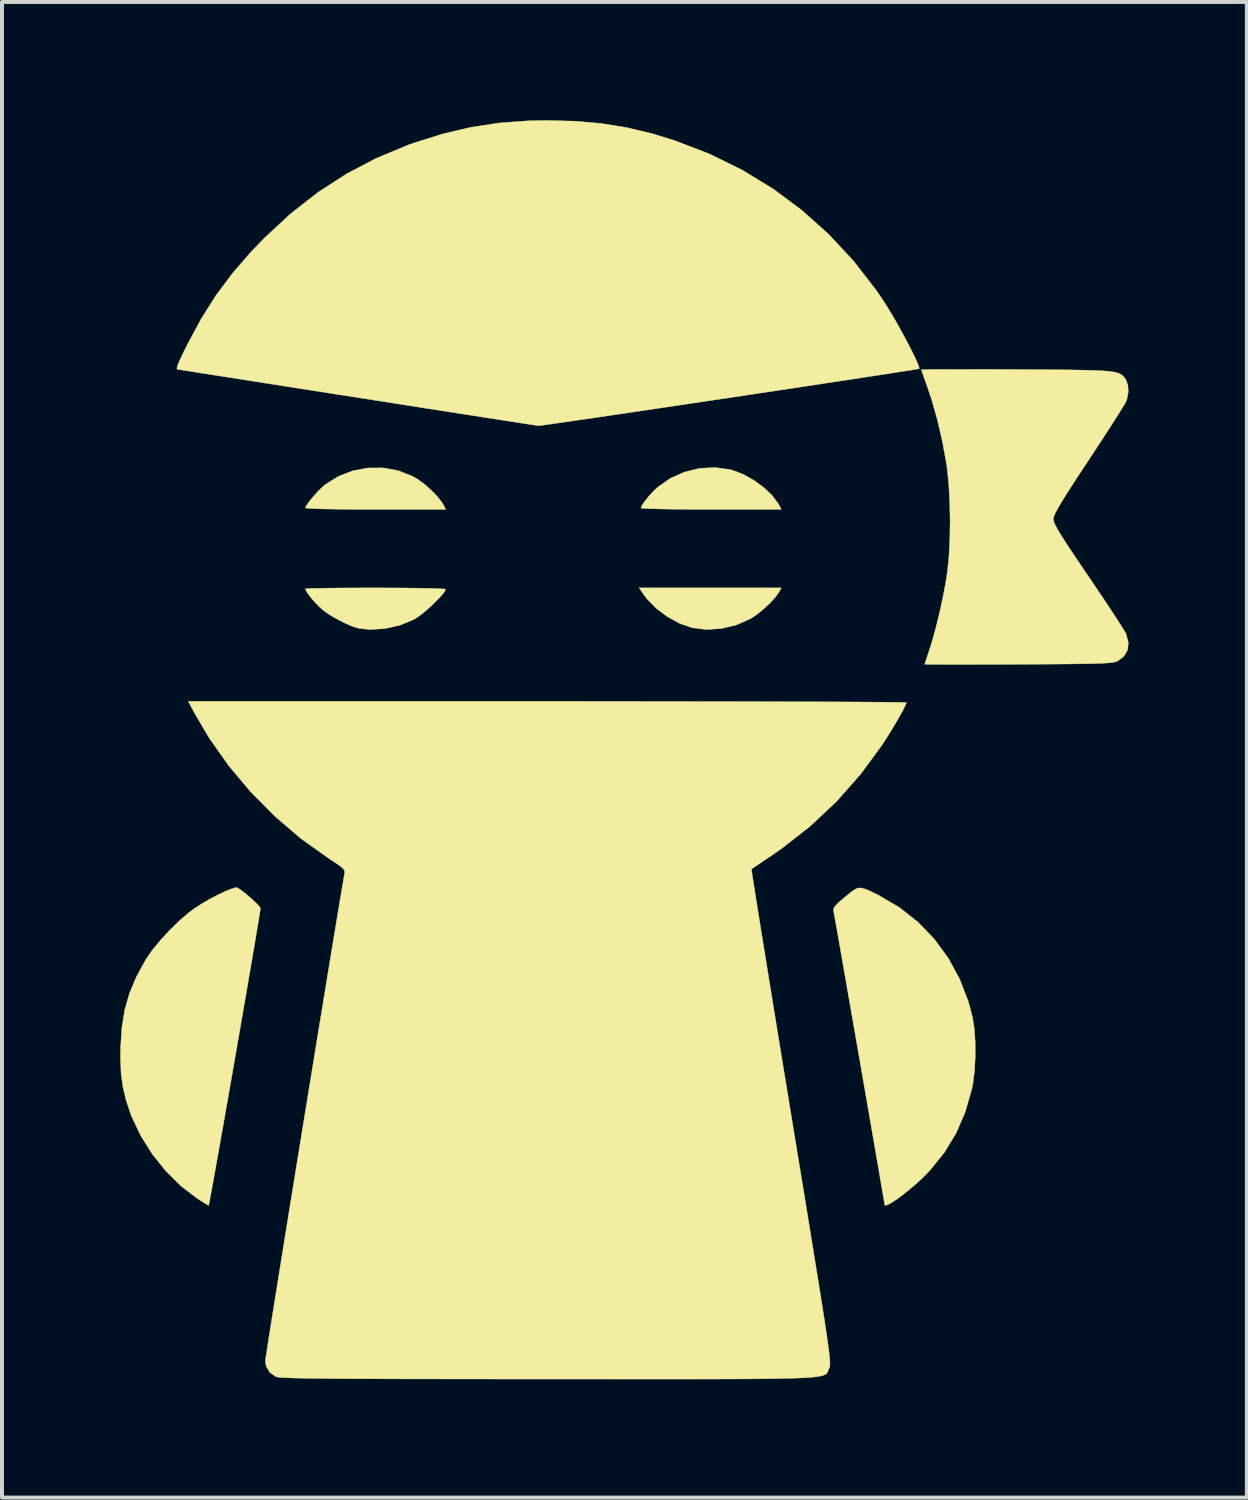
<source format=kicad_pcb>
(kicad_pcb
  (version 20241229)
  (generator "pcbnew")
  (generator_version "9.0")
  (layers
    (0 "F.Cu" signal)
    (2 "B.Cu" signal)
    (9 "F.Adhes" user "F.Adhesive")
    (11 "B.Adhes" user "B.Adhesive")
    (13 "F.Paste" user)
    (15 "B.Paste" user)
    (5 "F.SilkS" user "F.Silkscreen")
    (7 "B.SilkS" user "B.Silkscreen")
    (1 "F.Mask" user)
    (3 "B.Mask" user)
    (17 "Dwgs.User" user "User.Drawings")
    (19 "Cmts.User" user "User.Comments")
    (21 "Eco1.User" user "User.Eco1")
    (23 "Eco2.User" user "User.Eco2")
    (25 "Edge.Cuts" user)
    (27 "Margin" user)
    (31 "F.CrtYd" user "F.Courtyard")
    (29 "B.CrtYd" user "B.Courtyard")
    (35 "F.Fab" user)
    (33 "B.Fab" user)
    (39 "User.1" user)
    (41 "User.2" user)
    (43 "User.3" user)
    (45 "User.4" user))
  (footprint "Ninja"
    (layer "F.Cu")
    (at 10.581 17.764)
    (property "Reference" "Ninja" (at 2.2 -1.8 0) (layer "F.SilkS") (effects (font (size 1.524 1.524) (thickness 0.3))))
    (attr through_hole)
    (fp_poly (pts (xy 6.132 -5.812) (xy 6.036 -5.676) (xy 5.89 -5.516) (xy 5.716 -5.355) (xy 5.536 -5.212) (xy 5.398 -5.122) (xy 5.043 -4.966) (xy 4.662 -4.874) (xy 4.278 -4.85) (xy 3.92 -4.895) (xy 3.61 -5.002) (xy 3.3 -5.171) (xy 3.014 -5.384) (xy 2.778 -5.624) (xy 2.705 -5.72) (xy 2.577 -5.906) (xy 6.182 -5.906) (xy 6.132 -5.812)) (stroke (width 0.01) (type solid)) (fill yes) (layer "F.SilkS"))
    (fp_poly (pts (xy 4.884 -8.906) (xy 4.955 -8.887) (xy 5.223 -8.782) (xy 5.491 -8.631) (xy 5.741 -8.448) (xy 5.951 -8.248) (xy 6.102 -8.047) (xy 6.121 -8.013) (xy 6.182 -7.896) (xy 4.402 -7.896) (xy 4.024 -7.897) (xy 3.672 -7.899) (xy 3.357 -7.903) (xy 3.087 -7.908) (xy 2.871 -7.914) (xy 2.717 -7.92) (xy 2.635 -7.928) (xy 2.623 -7.932) (xy 2.651 -8.001) (xy 2.725 -8.108) (xy 2.828 -8.236) (xy 2.946 -8.364) (xy 3.052 -8.463) (xy 3.371 -8.686) (xy 3.731 -8.845) (xy 4.114 -8.937) (xy 4.504 -8.959) (xy 4.884 -8.906)) (stroke (width 0.01) (type solid)) (fill yes) (layer "F.SilkS"))
    (fp_poly (pts (xy -3.531 -8.879) (xy -3.171 -8.737) (xy -3.037 -8.659) (xy -2.866 -8.535) (xy -2.692 -8.379) (xy -2.535 -8.216) (xy -2.42 -8.067) (xy -2.39 -8.017) (xy -2.327 -7.896) (xy -4.107 -7.896) (xy -4.52 -7.897) (xy -4.891 -7.899) (xy -5.214 -7.904) (xy -5.482 -7.909) (xy -5.687 -7.916) (xy -5.823 -7.924) (xy -5.883 -7.932) (xy -5.886 -7.935) (xy -5.858 -7.997) (xy -5.786 -8.099) (xy -5.684 -8.224) (xy -5.569 -8.351) (xy -5.457 -8.462) (xy -5.393 -8.518) (xy -5.058 -8.731) (xy -4.69 -8.874) (xy -4.304 -8.947) (xy -3.913 -8.949) (xy -3.531 -8.879)) (stroke (width 0.01) (type solid)) (fill yes) (layer "F.SilkS"))
    (fp_poly (pts (xy -3.721 -5.905) (xy -3.365 -5.903) (xy -3.048 -5.899) (xy -2.779 -5.894) (xy -2.565 -5.888) (xy -2.416 -5.881) (xy -2.338 -5.873) (xy -2.33 -5.869) (xy -2.361 -5.805) (xy -2.443 -5.702) (xy -2.563 -5.576) (xy -2.704 -5.44) (xy -2.852 -5.309) (xy -2.993 -5.197) (xy -3.111 -5.118) (xy -3.124 -5.111) (xy -3.484 -4.96) (xy -3.871 -4.872) (xy -4.258 -4.85) (xy -4.531 -4.879) (xy -4.678 -4.923) (xy -4.867 -5.004) (xy -5.072 -5.107) (xy -5.268 -5.221) (xy -5.405 -5.314) (xy -5.52 -5.414) (xy -5.642 -5.538) (xy -5.754 -5.667) (xy -5.839 -5.783) (xy -5.883 -5.867) (xy -5.886 -5.882) (xy -5.845 -5.887) (xy -5.728 -5.892) (xy -5.544 -5.896) (xy -5.302 -5.9) (xy -5.01 -5.903) (xy -4.677 -5.905) (xy -4.311 -5.906) (xy -4.108 -5.906) (xy -3.721 -5.905)) (stroke (width 0.01) (type solid)) (fill yes) (layer "F.SilkS"))
    (fp_poly (pts (xy 8.235 1.707) (xy 8.353 1.747) (xy 8.516 1.823) (xy 8.656 1.893) (xy 9.176 2.198) (xy 9.645 2.567) (xy 10.059 2.996) (xy 10.413 3.479) (xy 10.703 4.009) (xy 10.924 4.581) (xy 11.033 4.989) (xy 11.076 5.272) (xy 11.099 5.608) (xy 11.101 5.969) (xy 11.083 6.326) (xy 11.044 6.65) (xy 11.012 6.815) (xy 10.841 7.4) (xy 10.611 7.93) (xy 10.317 8.413) (xy 9.954 8.861) (xy 9.803 9.018) (xy 9.639 9.173) (xy 9.463 9.325) (xy 9.289 9.466) (xy 9.125 9.587) (xy 8.984 9.681) (xy 8.877 9.74) (xy 8.815 9.755) (xy 8.804 9.74) (xy 8.797 9.694) (xy 8.777 9.572) (xy 8.744 9.381) (xy 8.701 9.129) (xy 8.648 8.822) (xy 8.587 8.468) (xy 8.519 8.075) (xy 8.445 7.648) (xy 8.367 7.197) (xy 8.285 6.727) (xy 8.202 6.246) (xy 8.118 5.762) (xy 8.034 5.282) (xy 7.952 4.813) (xy 7.873 4.361) (xy 7.799 3.936) (xy 7.73 3.543) (xy 7.669 3.19) (xy 7.615 2.884) (xy 7.57 2.633) (xy 7.537 2.443) (xy 7.515 2.323) (xy 7.507 2.28) (xy 7.509 2.226) (xy 7.549 2.161) (xy 7.636 2.072) (xy 7.781 1.949) (xy 7.806 1.928) (xy 7.946 1.814) (xy 8.051 1.739) (xy 8.141 1.704) (xy 8.235 1.707)) (stroke (width 0.01) (type solid)) (fill yes) (layer "F.SilkS"))
    (fp_poly (pts (xy -7.61 1.698) (xy -7.5 1.774) (xy -7.372 1.874) (xy -7.244 1.985) (xy -7.132 2.09) (xy -7.054 2.174) (xy -7.027 2.219) (xy -7.034 2.274) (xy -7.054 2.404) (xy -7.087 2.602) (xy -7.13 2.86) (xy -7.182 3.172) (xy -7.243 3.53) (xy -7.311 3.927) (xy -7.385 4.356) (xy -7.463 4.81) (xy -7.545 5.282) (xy -7.629 5.764) (xy -7.713 6.249) (xy -7.797 6.73) (xy -7.88 7.201) (xy -7.959 7.653) (xy -8.035 8.079) (xy -8.105 8.474) (xy -8.168 8.828) (xy -8.223 9.136) (xy -8.27 9.389) (xy -8.305 9.581) (xy -8.329 9.705) (xy -8.341 9.754) (xy -8.341 9.754) (xy -8.384 9.731) (xy -8.479 9.673) (xy -8.608 9.59) (xy -8.647 9.564) (xy -9.05 9.256) (xy -9.428 8.879) (xy -9.77 8.451) (xy -10.061 7.987) (xy -10.29 7.503) (xy -10.315 7.439) (xy -10.433 7.088) (xy -10.513 6.754) (xy -10.56 6.41) (xy -10.576 6.028) (xy -10.572 5.735) (xy -10.539 5.235) (xy -10.466 4.788) (xy -10.346 4.371) (xy -10.173 3.96) (xy -9.939 3.529) (xy -9.936 3.525) (xy -9.779 3.295) (xy -9.571 3.039) (xy -9.33 2.778) (xy -9.078 2.532) (xy -8.832 2.322) (xy -8.702 2.225) (xy -8.52 2.108) (xy -8.322 1.992) (xy -8.121 1.886) (xy -7.934 1.796) (xy -7.776 1.731) (xy -7.662 1.697) (xy -7.61 1.698)) (stroke (width 0.01) (type solid)) (fill yes) (layer "F.SilkS"))
    (fp_poly (pts (xy 0.96 -17.741) (xy 1.624 -17.682) (xy 2.261 -17.579) (xy 2.894 -17.429) (xy 3.48 -17.249) (xy 4.357 -16.912) (xy 5.189 -16.503) (xy 5.973 -16.025) (xy 6.708 -15.479) (xy 7.39 -14.867) (xy 8.018 -14.191) (xy 8.59 -13.452) (xy 8.76 -13.203) (xy 8.879 -13.016) (xy 9.008 -12.801) (xy 9.142 -12.569) (xy 9.273 -12.331) (xy 9.396 -12.101) (xy 9.504 -11.889) (xy 9.592 -11.707) (xy 9.652 -11.568) (xy 9.679 -11.484) (xy 9.677 -11.464) (xy 9.634 -11.456) (xy 9.513 -11.435) (xy 9.321 -11.405) (xy 9.064 -11.365) (xy 8.75 -11.316) (xy 8.383 -11.26) (xy 7.972 -11.197) (xy 7.521 -11.129) (xy 7.037 -11.055) (xy 6.528 -10.978) (xy 5.998 -10.899) (xy 5.455 -10.817) (xy 4.905 -10.734) (xy 4.354 -10.652) (xy 3.81 -10.571) (xy 3.277 -10.491) (xy 2.762 -10.415) (xy 2.273 -10.342) (xy 1.815 -10.275) (xy 1.395 -10.213) (xy 1.018 -10.158) (xy 0.692 -10.11) (xy 0.423 -10.072) (xy 0.218 -10.043) (xy 0.082 -10.024) (xy 0.022 -10.018) (xy 0.02 -10.018) (xy -0.027 -10.025) (xy -0.152 -10.044) (xy -0.349 -10.075) (xy -0.614 -10.116) (xy -0.941 -10.167) (xy -1.325 -10.226) (xy -1.759 -10.294) (xy -2.239 -10.369) (xy -2.76 -10.45) (xy -3.314 -10.537) (xy -3.899 -10.629) (xy -4.507 -10.724) (xy -4.573 -10.734) (xy -5.183 -10.829) (xy -5.769 -10.921) (xy -6.325 -11.008) (xy -6.848 -11.09) (xy -7.33 -11.166) (xy -7.767 -11.234) (xy -8.153 -11.295) (xy -8.483 -11.346) (xy -8.751 -11.389) (xy -8.953 -11.42) (xy -9.082 -11.441) (xy -9.134 -11.449) (xy -9.135 -11.449) (xy -9.146 -11.473) (xy -9.13 -11.538) (xy -9.084 -11.653) (xy -9.004 -11.824) (xy -8.888 -12.061) (xy -8.875 -12.086) (xy -8.525 -12.736) (xy -8.149 -13.33) (xy -7.732 -13.888) (xy -7.258 -14.434) (xy -6.926 -14.778) (xy -6.258 -15.397) (xy -5.568 -15.936) (xy -4.847 -16.403) (xy -4.088 -16.801) (xy -3.281 -17.137) (xy -3.134 -17.189) (xy -2.404 -17.419) (xy -1.692 -17.586) (xy -0.975 -17.696) (xy -0.227 -17.751) (xy 0.244 -17.759) (xy 0.96 -17.741)) (stroke (width 0.01) (type solid)) (fill yes) (layer "F.SilkS"))
    (fp_poly (pts (xy 10.988 -11.447) (xy 11.38 -11.446) (xy 11.803 -11.445) (xy 12.138 -11.443) (xy 12.673 -11.44) (xy 13.129 -11.437) (xy 13.515 -11.434) (xy 13.835 -11.428) (xy 14.097 -11.421) (xy 14.308 -11.412) (xy 14.474 -11.399) (xy 14.601 -11.382) (xy 14.697 -11.361) (xy 14.767 -11.335) (xy 14.82 -11.304) (xy 14.86 -11.267) (xy 14.895 -11.222) (xy 14.916 -11.193) (xy 14.97 -11.053) (xy 14.981 -10.874) (xy 14.947 -10.69) (xy 14.927 -10.636) (xy 14.891 -10.57) (xy 14.814 -10.443) (xy 14.701 -10.263) (xy 14.557 -10.038) (xy 14.389 -9.778) (xy 14.201 -9.49) (xy 14 -9.184) (xy 13.974 -9.145) (xy 13.736 -8.784) (xy 13.542 -8.485) (xy 13.388 -8.244) (xy 13.27 -8.053) (xy 13.184 -7.905) (xy 13.126 -7.795) (xy 13.093 -7.715) (xy 13.08 -7.66) (xy 13.08 -7.649) (xy 13.088 -7.599) (xy 13.115 -7.528) (xy 13.164 -7.431) (xy 13.241 -7.299) (xy 13.349 -7.127) (xy 13.492 -6.907) (xy 13.675 -6.634) (xy 13.901 -6.299) (xy 13.973 -6.194) (xy 14.177 -5.891) (xy 14.369 -5.606) (xy 14.541 -5.347) (xy 14.688 -5.121) (xy 14.805 -4.939) (xy 14.886 -4.809) (xy 14.925 -4.74) (xy 14.925 -4.739) (xy 14.983 -4.518) (xy 14.963 -4.326) (xy 14.865 -4.165) (xy 14.718 -4.054) (xy 14.683 -4.038) (xy 14.637 -4.025) (xy 14.573 -4.013) (xy 14.484 -4.004) (xy 14.364 -3.996) (xy 14.205 -3.989) (xy 14.001 -3.984) (xy 13.745 -3.98) (xy 13.429 -3.976) (xy 13.048 -3.973) (xy 12.594 -3.97) (xy 12.201 -3.968) (xy 11.761 -3.966) (xy 11.347 -3.965) (xy 10.967 -3.964) (xy 10.629 -3.964) (xy 10.339 -3.964) (xy 10.107 -3.965) (xy 9.938 -3.967) (xy 9.841 -3.969) (xy 9.82 -3.971) (xy 9.833 -4.016) (xy 9.867 -4.12) (xy 9.915 -4.263) (xy 9.928 -4.301) (xy 10.017 -4.585) (xy 10.11 -4.927) (xy 10.201 -5.301) (xy 10.283 -5.68) (xy 10.351 -6.038) (xy 10.393 -6.309) (xy 10.433 -6.698) (xy 10.456 -7.144) (xy 10.463 -7.618) (xy 10.453 -8.094) (xy 10.428 -8.546) (xy 10.386 -8.947) (xy 10.375 -9.027) (xy 10.272 -9.597) (xy 10.14 -10.169) (xy 9.986 -10.709) (xy 9.885 -11.006) (xy 9.823 -11.179) (xy 9.774 -11.32) (xy 9.743 -11.412) (xy 9.735 -11.438) (xy 9.776 -11.441) (xy 9.895 -11.443) (xy 10.082 -11.445) (xy 10.332 -11.447) (xy 10.637 -11.447) (xy 10.988 -11.447)) (stroke (width 0.01) (type solid)) (fill yes) (layer "F.SilkS"))
    (fp_poly (pts (xy 1.121 -3.028) (xy 1.97 -3.027) (xy 2.792 -3.026) (xy 3.584 -3.025) (xy 4.342 -3.024) (xy 5.061 -3.023) (xy 5.739 -3.021) (xy 6.37 -3.019) (xy 6.952 -3.017) (xy 7.481 -3.015) (xy 7.951 -3.013) (xy 8.361 -3.01) (xy 8.705 -3.008) (xy 8.981 -3.005) (xy 9.183 -3.002) (xy 9.309 -2.999) (xy 9.354 -2.996) (xy 9.354 -2.996) (xy 9.332 -2.934) (xy 9.273 -2.815) (xy 9.185 -2.655) (xy 9.077 -2.468) (xy 8.958 -2.269) (xy 8.835 -2.073) (xy 8.74 -1.927) (xy 8.191 -1.179) (xy 7.583 -0.491) (xy 6.915 0.138) (xy 6.184 0.709) (xy 5.912 0.897) (xy 5.737 1.014) (xy 5.589 1.114) (xy 5.481 1.187) (xy 5.428 1.224) (xy 5.424 1.227) (xy 5.43 1.27) (xy 5.448 1.391) (xy 5.478 1.587) (xy 5.52 1.853) (xy 5.573 2.184) (xy 5.636 2.575) (xy 5.708 3.023) (xy 5.789 3.522) (xy 5.877 4.068) (xy 5.973 4.656) (xy 6.075 5.282) (xy 6.182 5.941) (xy 6.295 6.628) (xy 6.411 7.34) (xy 6.436 7.491) (xy 6.575 8.337) (xy 6.701 9.102) (xy 6.814 9.792) (xy 6.915 10.411) (xy 7.004 10.962) (xy 7.083 11.45) (xy 7.152 11.878) (xy 7.211 12.251) (xy 7.262 12.573) (xy 7.304 12.847) (xy 7.338 13.078) (xy 7.365 13.27) (xy 7.386 13.427) (xy 7.401 13.552) (xy 7.41 13.65) (xy 7.415 13.725) (xy 7.415 13.781) (xy 7.413 13.822) (xy 7.407 13.852) (xy 7.399 13.874) (xy 7.396 13.881) (xy 7.381 13.917) (xy 7.369 13.949) (xy 7.357 13.979) (xy 7.341 14.006) (xy 7.316 14.03) (xy 7.279 14.051) (xy 7.226 14.07) (xy 7.153 14.087) (xy 7.057 14.101) (xy 6.934 14.114) (xy 6.779 14.124) (xy 6.589 14.133) (xy 6.36 14.14) (xy 6.089 14.146) (xy 5.77 14.15) (xy 5.402 14.154) (xy 4.978 14.156) (xy 4.497 14.158) (xy 3.954 14.159) (xy 3.345 14.159) (xy 2.666 14.159) (xy 1.914 14.159) (xy 1.084 14.158) (xy 0.267 14.158) (xy -0.641 14.158) (xy -1.468 14.157) (xy -2.218 14.156) (xy -2.894 14.155) (xy -3.5 14.154) (xy -4.039 14.152) (xy -4.515 14.15) (xy -4.932 14.148) (xy -5.293 14.145) (xy -5.603 14.142) (xy -5.863 14.138) (xy -6.079 14.134) (xy -6.254 14.129) (xy -6.391 14.124) (xy -6.494 14.118) (xy -6.567 14.112) (xy -6.613 14.104) (xy -6.632 14.099) (xy -6.791 13.989) (xy -6.882 13.832) (xy -6.902 13.694) (xy -6.895 13.641) (xy -6.875 13.511) (xy -6.844 13.308) (xy -6.802 13.039) (xy -6.749 12.709) (xy -6.688 12.324) (xy -6.618 11.889) (xy -6.542 11.411) (xy -6.458 10.894) (xy -6.37 10.346) (xy -6.277 9.77) (xy -6.18 9.174) (xy -6.081 8.562) (xy -5.98 7.94) (xy -5.878 7.315) (xy -5.777 6.691) (xy -5.676 6.075) (xy -5.578 5.472) (xy -5.482 4.887) (xy -5.39 4.327) (xy -5.303 3.797) (xy -5.222 3.303) (xy -5.147 2.851) (xy -5.08 2.445) (xy -5.022 2.093) (xy -4.972 1.799) (xy -4.933 1.57) (xy -4.906 1.41) (xy -4.892 1.333) (xy -4.889 1.284) (xy -4.911 1.236) (xy -4.967 1.179) (xy -5.068 1.103) (xy -5.227 0.997) (xy -5.309 0.944) (xy -6 0.451) (xy -6.657 -0.111) (xy -7.27 -0.729) (xy -7.829 -1.394) (xy -8.323 -2.094) (xy -8.68 -2.7) (xy -8.856 -3.028) (xy 0.249 -3.028) (xy 1.121 -3.028)) (stroke (width 0.01) (type solid)) (fill yes) (layer "F.SilkS")))
  (gr_rect
    (start -3 -3)
    (end 28.569 34.928)
    (stroke (width 0.1) (type default))
    (fill no)
    (layer "Edge.Cuts")))
</source>
